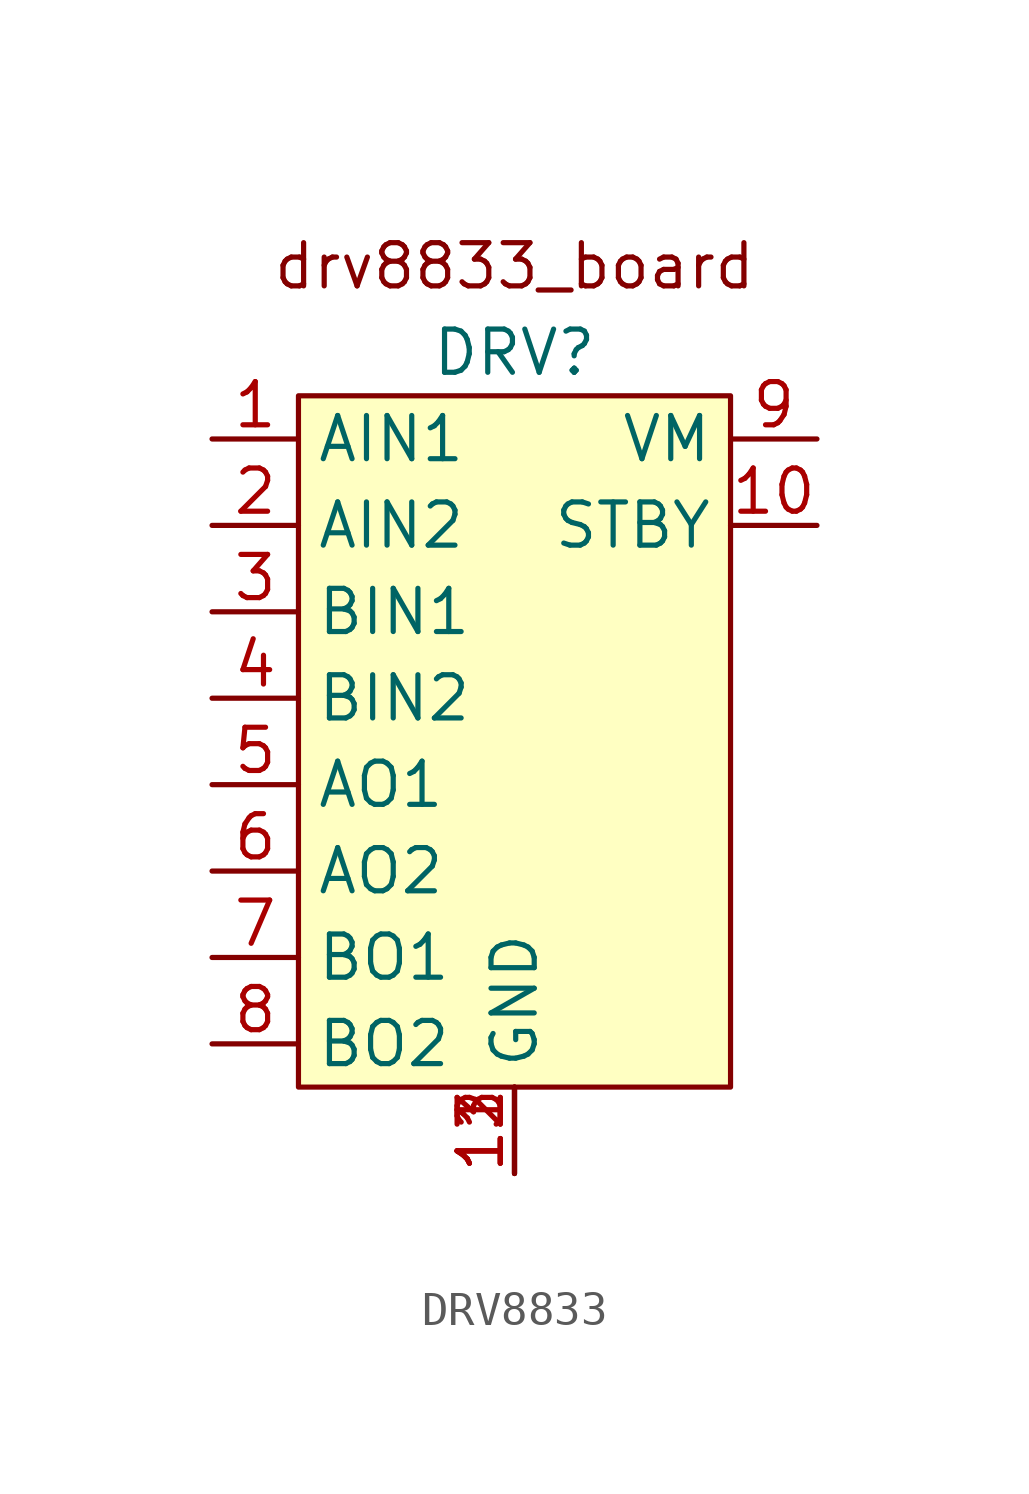
<source format=kicad_sym>
(kicad_symbol_lib
  (version 20231120)
  (generator "kicad_symbol_editor")
  (generator_version "8.0")
  (symbol "DRV8833"
    (property "Reference" "DRV"
      (at 0 11.43 0)
      (effects (font (size 1.27 1.27))))
    (property "Value" ""
      (at 0 0 0)
      (effects (font (size 1.27 1.27))))
    (symbol "DRV8833_0_0"
      (pin passive line (at -8.89 8.89 0) (length 2.54) (name "AIN1" (effects (font (size 1.27 1.27)))) (number "1" (effects (font (size 1.27 1.27)))))
      (pin passive line (at -8.89 6.35 0) (length 2.54) (name "AIN2" (effects (font (size 1.27 1.27)))) (number "2" (effects (font (size 1.27 1.27)))))
      (pin passive line (at -8.89 3.81 0) (length 2.54) (name "BIN1" (effects (font (size 1.27 1.27)))) (number "3" (effects (font (size 1.27 1.27)))))
      (pin passive line (at -8.89 1.27 0) (length 2.54) (name "BIN2" (effects (font (size 1.27 1.27)))) (number "4" (effects (font (size 1.27 1.27)))))
      (pin passive line (at -8.89 -1.27 0) (length 2.54) (name "AO1" (effects (font (size 1.27 1.27)))) (number "5" (effects (font (size 1.27 1.27)))))
      (pin passive line (at -8.89 -3.81 0) (length 2.54) (name "AO2" (effects (font (size 1.27 1.27)))) (number "6" (effects (font (size 1.27 1.27)))))
      (pin passive line (at -8.89 -6.35 0) (length 2.54) (name "BO1" (effects (font (size 1.27 1.27)))) (number "7" (effects (font (size 1.27 1.27)))))
      (pin passive line (at -8.89 -8.89 0) (length 2.54) (name "BO2" (effects (font (size 1.27 1.27)))) (number "8" (effects (font (size 1.27 1.27))))))
    (symbol "DRV8833_1_0"
      (pin passive line (at 8.89 6.35 180) (length 2.54) (name "STBY" (effects (font (size 1.27 1.27)))) (number "10" (effects (font (size 1.27 1.27)))))
      (pin passive line (at 0 -12.7 90) (length 2.54) (name "GND" (effects (font (size 1.27 1.27)))) (number "11" (effects (font (size 1.27 1.27)))))
      (pin passive line (at 8.89 8.89 180) (length 2.54) (name "VM" (effects (font (size 1.27 1.27)))) (number "9" (effects (font (size 1.27 1.27))))))
    (symbol "DRV8833_1_1"
      (rectangle (start -6.35 10.16) (end 6.35 -10.16) (stroke (width 0) (type default)) (fill (type background)))
      (text "drv8833_board" (at 0 13.97 0) (effects (font (size 1.27 1.27))))
      (pin passive line (at 0 -12.7 90) (length 2.54) (name "" (effects (font (size 1.27 1.27)))) (number "12" (effects (font (size 1.27 1.27)))))
      (pin passive line (at 0 -12.7 90) (length 2.54) (name "" (effects (font (size 1.27 1.27)))) (number "13" (effects (font (size 1.27 1.27))))))))
</source>
